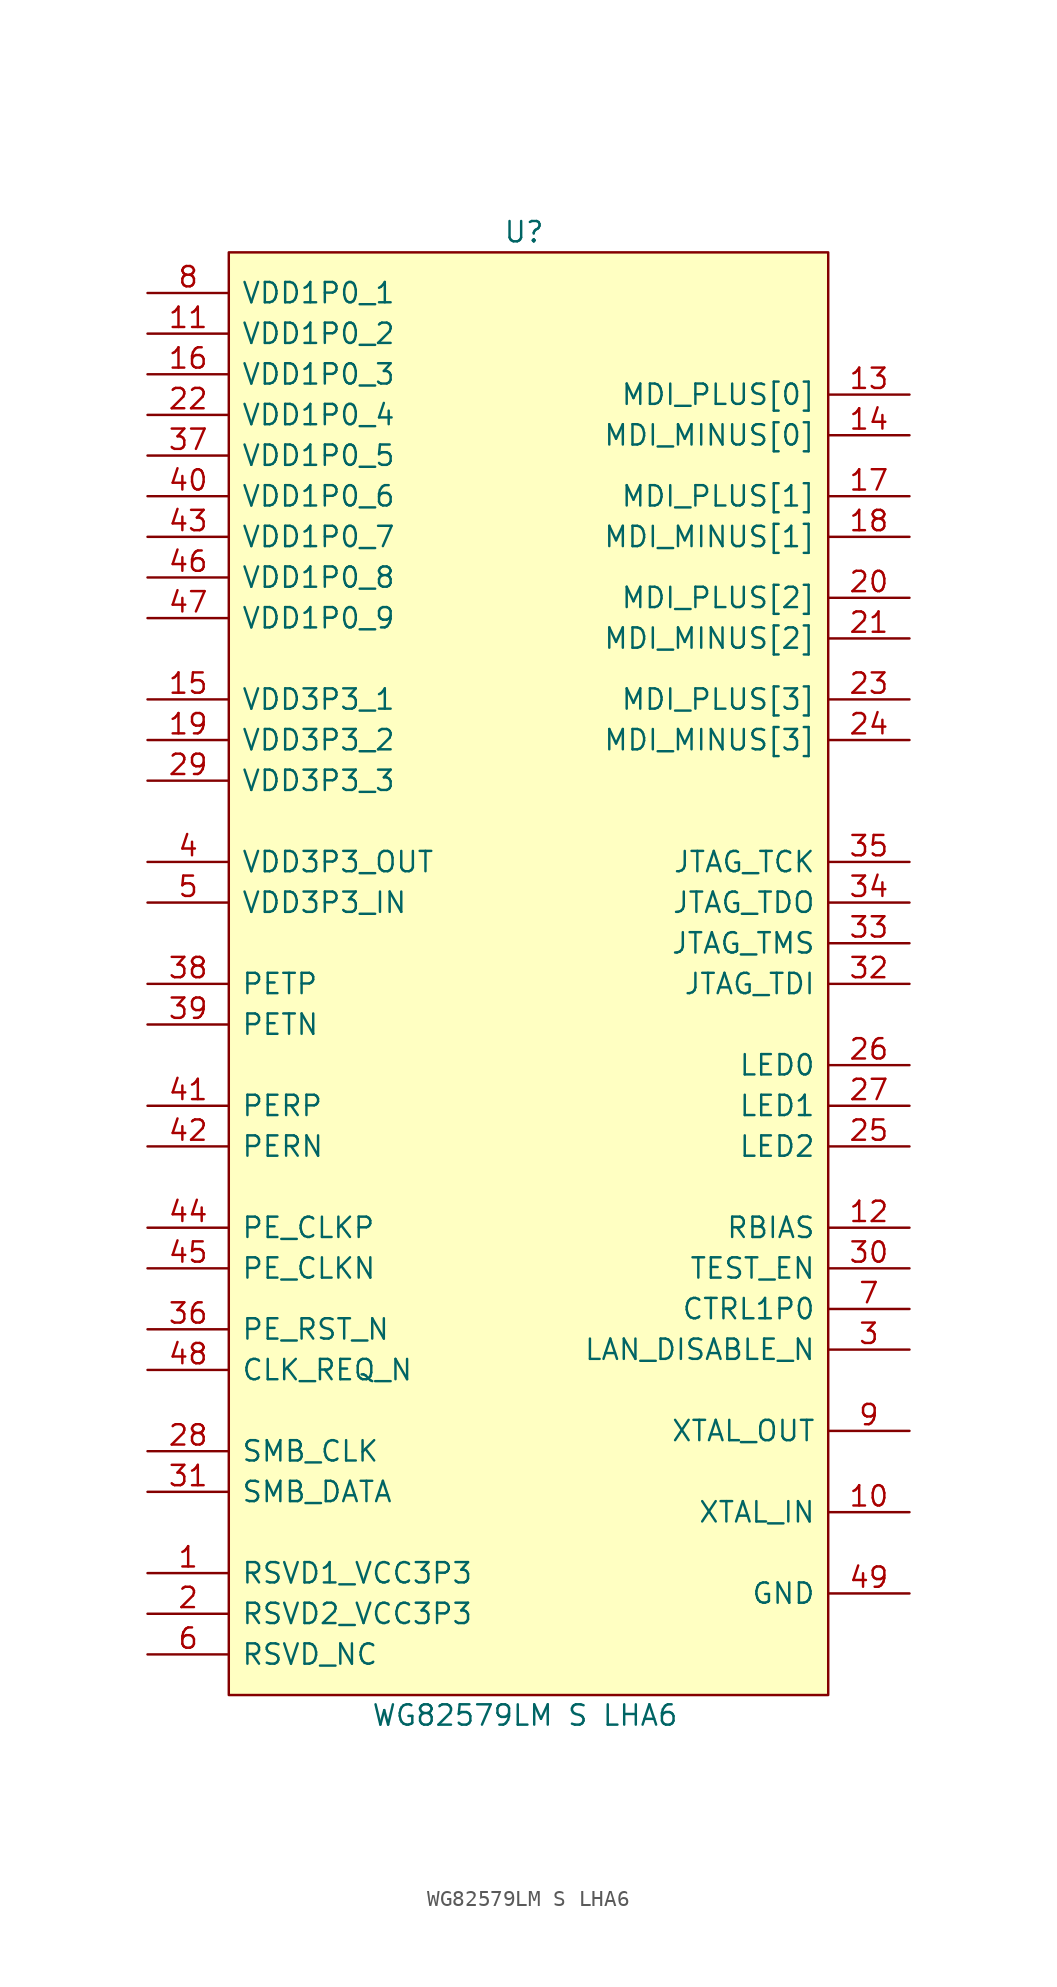
<source format=kicad_sym>
(kicad_symbol_lib
  (version 20211014)
  (generator kicad_symbol_editor)
  (symbol "WG82579LM S LHA6"
    (pin_names
      (offset 0.762))
    (property "Reference" "U"
      (at -1.27 39.37 0)
      (effects (font (size 1.27 1.27)) (justify left)))
    (property "Value" "WG82579LM S LHA6"
      (at -9.525 -53.34 0)
      (effects (font (size 1.27 1.27)) (justify left)))
    (symbol "WG82579LM S LHA6_0_0"
      (pin passive line (at -23.495 -44.45 0) (length 5.08) (name "RSVD1_VCC3P3" (effects (font (size 1.27 1.27)))) (number "1" (effects (font (size 1.27 1.27)))))
      (pin passive line (at 24.13 -40.64 180) (length 5.08) (name "XTAL_IN" (effects (font (size 1.27 1.27)))) (number "10" (effects (font (size 1.27 1.27)))))
      (pin passive line (at -23.495 33.02 0) (length 5.08) (name "VDD1P0_2" (effects (font (size 1.27 1.27)))) (number "11" (effects (font (size 1.27 1.27)))))
      (pin passive line (at 24.13 -22.86 180) (length 5.08) (name "RBIAS" (effects (font (size 1.27 1.27)))) (number "12" (effects (font (size 1.27 1.27)))))
      (pin passive line (at 24.13 29.21 180) (length 5.08) (name "MDI_PLUS[0]" (effects (font (size 1.27 1.27)))) (number "13" (effects (font (size 1.27 1.27)))))
      (pin passive line (at 24.13 26.67 180) (length 5.08) (name "MDI_MINUS[0]" (effects (font (size 1.27 1.27)))) (number "14" (effects (font (size 1.27 1.27)))))
      (pin passive line (at -23.495 10.16 0) (length 5.08) (name "VDD3P3_1" (effects (font (size 1.27 1.27)))) (number "15" (effects (font (size 1.27 1.27)))))
      (pin passive line (at -23.495 30.48 0) (length 5.08) (name "VDD1P0_3" (effects (font (size 1.27 1.27)))) (number "16" (effects (font (size 1.27 1.27)))))
      (pin passive line (at 24.13 22.86 180) (length 5.08) (name "MDI_PLUS[1]" (effects (font (size 1.27 1.27)))) (number "17" (effects (font (size 1.27 1.27)))))
      (pin passive line (at 24.13 20.32 180) (length 5.08) (name "MDI_MINUS[1]" (effects (font (size 1.27 1.27)))) (number "18" (effects (font (size 1.27 1.27)))))
      (pin passive line (at -23.495 7.62 0) (length 5.08) (name "VDD3P3_2" (effects (font (size 1.27 1.27)))) (number "19" (effects (font (size 1.27 1.27)))))
      (pin passive line (at -23.495 -46.99 0) (length 5.08) (name "RSVD2_VCC3P3" (effects (font (size 1.27 1.27)))) (number "2" (effects (font (size 1.27 1.27)))))
      (pin passive line (at 24.13 16.51 180) (length 5.08) (name "MDI_PLUS[2]" (effects (font (size 1.27 1.27)))) (number "20" (effects (font (size 1.27 1.27)))))
      (pin passive line (at 24.13 13.97 180) (length 5.08) (name "MDI_MINUS[2]" (effects (font (size 1.27 1.27)))) (number "21" (effects (font (size 1.27 1.27)))))
      (pin passive line (at -23.495 27.94 0) (length 5.08) (name "VDD1P0_4" (effects (font (size 1.27 1.27)))) (number "22" (effects (font (size 1.27 1.27)))))
      (pin passive line (at 24.13 10.16 180) (length 5.08) (name "MDI_PLUS[3]" (effects (font (size 1.27 1.27)))) (number "23" (effects (font (size 1.27 1.27)))))
      (pin passive line (at 24.13 7.62 180) (length 5.08) (name "MDI_MINUS[3]" (effects (font (size 1.27 1.27)))) (number "24" (effects (font (size 1.27 1.27)))))
      (pin passive line (at 24.13 -17.78 180) (length 5.08) (name "LED2" (effects (font (size 1.27 1.27)))) (number "25" (effects (font (size 1.27 1.27)))))
      (pin passive line (at 24.13 -12.7 180) (length 5.08) (name "LED0" (effects (font (size 1.27 1.27)))) (number "26" (effects (font (size 1.27 1.27)))))
      (pin passive line (at 24.13 -15.24 180) (length 5.08) (name "LED1" (effects (font (size 1.27 1.27)))) (number "27" (effects (font (size 1.27 1.27)))))
      (pin passive line (at -23.495 -36.83 0) (length 5.08) (name "SMB_CLK" (effects (font (size 1.27 1.27)))) (number "28" (effects (font (size 1.27 1.27)))))
      (pin passive line (at -23.495 5.08 0) (length 5.08) (name "VDD3P3_3" (effects (font (size 1.27 1.27)))) (number "29" (effects (font (size 1.27 1.27)))))
      (pin passive line (at 24.13 -30.48 180) (length 5.08) (name "LAN_DISABLE_N" (effects (font (size 1.27 1.27)))) (number "3" (effects (font (size 1.27 1.27)))))
      (pin passive line (at 24.13 -25.4 180) (length 5.08) (name "TEST_EN" (effects (font (size 1.27 1.27)))) (number "30" (effects (font (size 1.27 1.27)))))
      (pin passive line (at -23.495 -39.37 0) (length 5.08) (name "SMB_DATA" (effects (font (size 1.27 1.27)))) (number "31" (effects (font (size 1.27 1.27)))))
      (pin passive line (at 24.13 -7.62 180) (length 5.08) (name "JTAG_TDI" (effects (font (size 1.27 1.27)))) (number "32" (effects (font (size 1.27 1.27)))))
      (pin passive line (at 24.13 -5.08 180) (length 5.08) (name "JTAG_TMS" (effects (font (size 1.27 1.27)))) (number "33" (effects (font (size 1.27 1.27)))))
      (pin passive line (at 24.13 -2.54 180) (length 5.08) (name "JTAG_TDO" (effects (font (size 1.27 1.27)))) (number "34" (effects (font (size 1.27 1.27)))))
      (pin passive line (at 24.13 0 180) (length 5.08) (name "JTAG_TCK" (effects (font (size 1.27 1.27)))) (number "35" (effects (font (size 1.27 1.27)))))
      (pin passive line (at -23.495 -29.21 0) (length 5.08) (name "PE_RST_N" (effects (font (size 1.27 1.27)))) (number "36" (effects (font (size 1.27 1.27)))))
      (pin passive line (at -23.495 25.4 0) (length 5.08) (name "VDD1P0_5" (effects (font (size 1.27 1.27)))) (number "37" (effects (font (size 1.27 1.27)))))
      (pin passive line (at -23.495 -7.62 0) (length 5.08) (name "PETP" (effects (font (size 1.27 1.27)))) (number "38" (effects (font (size 1.27 1.27)))))
      (pin passive line (at -23.495 -10.16 0) (length 5.08) (name "PETN" (effects (font (size 1.27 1.27)))) (number "39" (effects (font (size 1.27 1.27)))))
      (pin passive line (at -23.495 0 0) (length 5.08) (name "VDD3P3_OUT" (effects (font (size 1.27 1.27)))) (number "4" (effects (font (size 1.27 1.27)))))
      (pin passive line (at -23.495 22.86 0) (length 5.08) (name "VDD1P0_6" (effects (font (size 1.27 1.27)))) (number "40" (effects (font (size 1.27 1.27)))))
      (pin passive line (at -23.495 -15.24 0) (length 5.08) (name "PERP" (effects (font (size 1.27 1.27)))) (number "41" (effects (font (size 1.27 1.27)))))
      (pin passive line (at -23.495 -17.78 0) (length 5.08) (name "PERN" (effects (font (size 1.27 1.27)))) (number "42" (effects (font (size 1.27 1.27)))))
      (pin passive line (at -23.495 20.32 0) (length 5.08) (name "VDD1P0_7" (effects (font (size 1.27 1.27)))) (number "43" (effects (font (size 1.27 1.27)))))
      (pin passive line (at -23.495 -22.86 0) (length 5.08) (name "PE_CLKP" (effects (font (size 1.27 1.27)))) (number "44" (effects (font (size 1.27 1.27)))))
      (pin passive line (at -23.495 -25.4 0) (length 5.08) (name "PE_CLKN" (effects (font (size 1.27 1.27)))) (number "45" (effects (font (size 1.27 1.27)))))
      (pin passive line (at -23.495 17.78 0) (length 5.08) (name "VDD1P0_8" (effects (font (size 1.27 1.27)))) (number "46" (effects (font (size 1.27 1.27)))))
      (pin passive line (at -23.495 15.24 0) (length 5.08) (name "VDD1P0_9" (effects (font (size 1.27 1.27)))) (number "47" (effects (font (size 1.27 1.27)))))
      (pin passive line (at -23.495 -31.75 0) (length 5.08) (name "CLK_REQ_N" (effects (font (size 1.27 1.27)))) (number "48" (effects (font (size 1.27 1.27)))))
      (pin passive line (at 24.13 -45.72 180) (length 5.08) (name "GND" (effects (font (size 1.27 1.27)))) (number "49" (effects (font (size 1.27 1.27)))))
      (pin passive line (at -23.495 -2.54 0) (length 5.08) (name "VDD3P3_IN" (effects (font (size 1.27 1.27)))) (number "5" (effects (font (size 1.27 1.27)))))
      (pin passive line (at -23.495 -49.53 0) (length 5.08) (name "RSVD_NC" (effects (font (size 1.27 1.27)))) (number "6" (effects (font (size 1.27 1.27)))))
      (pin passive line (at 24.13 -27.94 180) (length 5.08) (name "CTRL1P0" (effects (font (size 1.27 1.27)))) (number "7" (effects (font (size 1.27 1.27)))))
      (pin passive line (at -23.495 35.56 0) (length 5.08) (name "VDD1P0_1" (effects (font (size 1.27 1.27)))) (number "8" (effects (font (size 1.27 1.27)))))
      (pin passive line (at 24.13 -35.56 180) (length 5.08) (name "XTAL_OUT" (effects (font (size 1.27 1.27)))) (number "9" (effects (font (size 1.27 1.27))))))
    (symbol "WG82579LM S LHA6_0_1"
      (rectangle (start -18.415 38.1) (end 19.05 -52.07) (stroke (width 0) (type default) (color 0 0 0 0)) (fill (type background))))))
</source>
